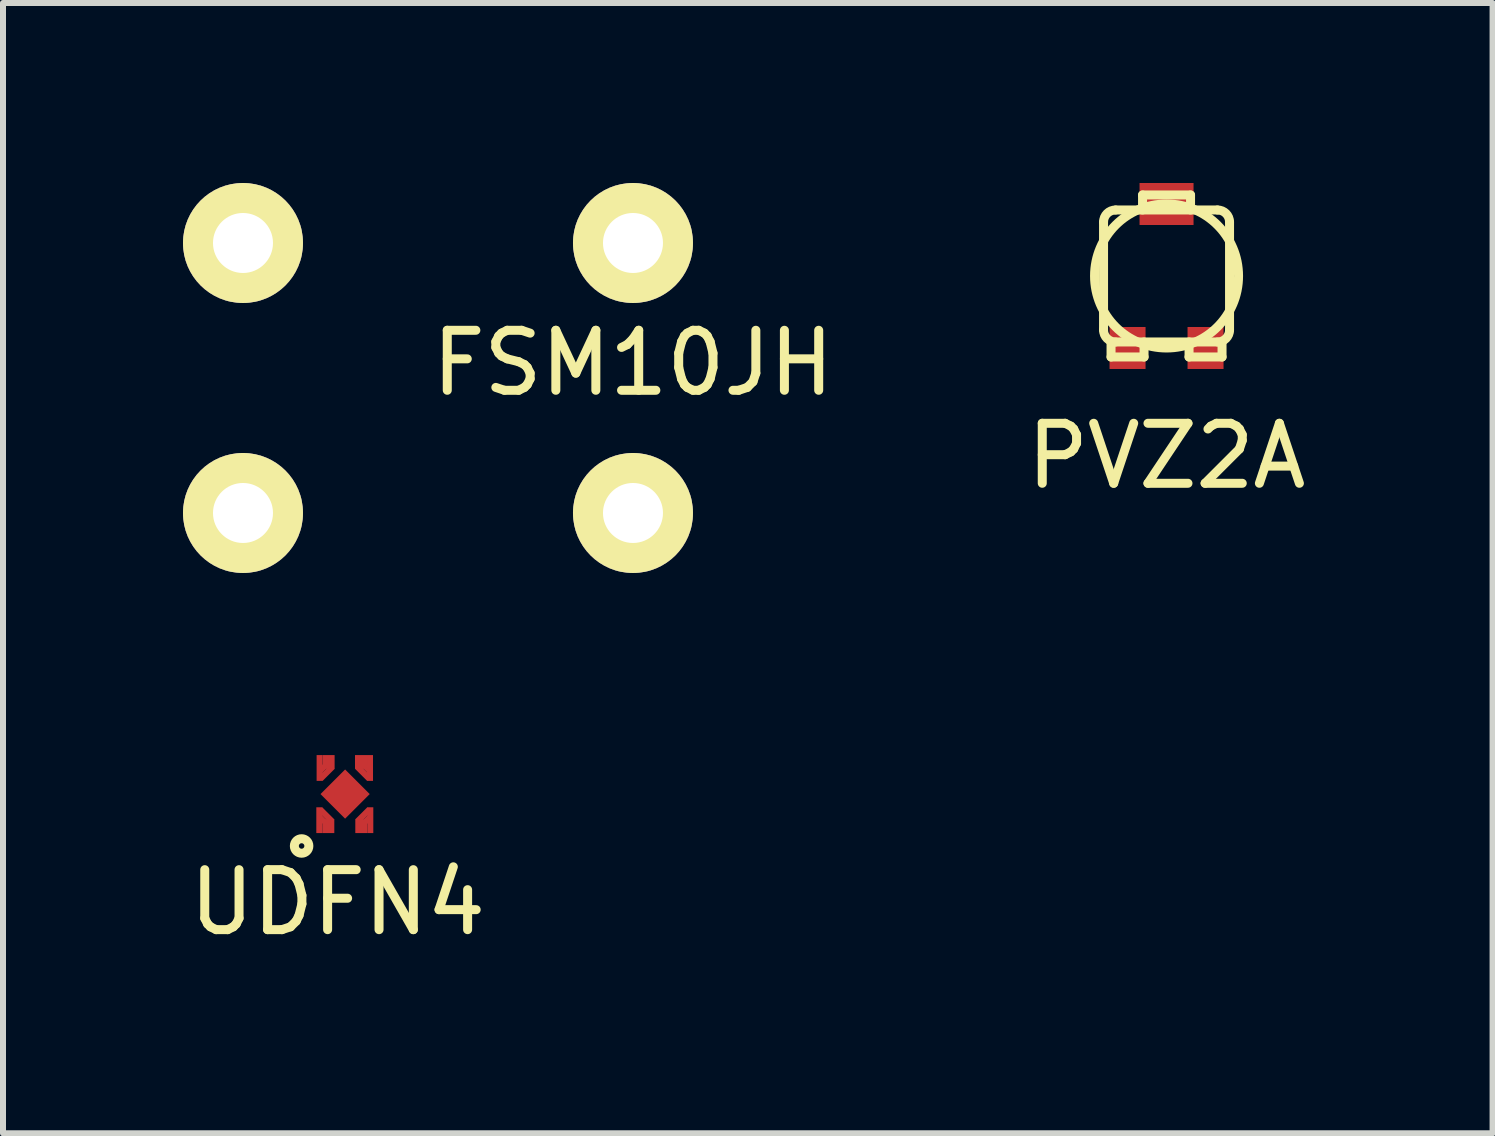
<source format=kicad_pcb>
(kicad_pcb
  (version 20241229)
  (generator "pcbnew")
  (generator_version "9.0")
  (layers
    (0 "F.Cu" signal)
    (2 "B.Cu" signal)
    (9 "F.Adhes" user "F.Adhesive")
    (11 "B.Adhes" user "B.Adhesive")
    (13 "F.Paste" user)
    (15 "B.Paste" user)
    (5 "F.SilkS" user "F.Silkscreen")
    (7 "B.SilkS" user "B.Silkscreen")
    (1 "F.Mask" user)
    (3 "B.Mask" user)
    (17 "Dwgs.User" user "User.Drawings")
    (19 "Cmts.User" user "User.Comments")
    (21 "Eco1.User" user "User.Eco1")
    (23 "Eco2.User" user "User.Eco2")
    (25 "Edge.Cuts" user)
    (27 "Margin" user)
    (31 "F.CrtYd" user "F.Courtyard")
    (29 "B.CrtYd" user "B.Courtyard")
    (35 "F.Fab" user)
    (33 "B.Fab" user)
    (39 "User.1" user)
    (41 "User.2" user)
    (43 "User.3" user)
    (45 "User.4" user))
  (footprint "UDFN4"
    (layer "F.Cu")
    (at 2.277 9.75)
    (property "Reference" "UDFN4" (at 0.3 2.24 0) (layer "F.SilkS") (effects (font (size 1 1) (thickness 0.15))))
    (attr through_hole)
    (fp_circle (center -0.3 1.3) (end -0.41 1.25) (stroke (width 0.15) (type solid)) (fill no) (layer "F.SilkS"))
    (pad "1" smd rect (at -0.005 0.87 270) (size 0.43 0.1) (layers "F.Cu" "F.Mask" "F.Paste"))
    (pad "1" smd rect (at 0.04 0.862 225) (size 0.1 0.1) (layers "F.Cu" "F.Mask" "F.Paste"))
    (pad "1" smd rect (at 0.11 0.792 135) (size 0.283 0.1) (layers "F.Cu" "F.Mask" "F.Paste"))
    (pad "1" smd rect (at 0.145 0.97 90) (size 0.23 0.2) (layers "F.Cu" "F.Mask" "F.Paste"))
    (pad "2" smd rect (at 0.695 0.97 180) (size 0.2 0.23) (layers "F.Cu" "F.Mask" "F.Paste"))
    (pad "2" smd rect (at 0.73 0.79 225) (size 0.283 0.1) (layers "F.Cu" "F.Mask" "F.Paste"))
    (pad "2" smd rect (at 0.8 0.86 315) (size 0.1 0.1) (layers "F.Cu" "F.Mask" "F.Paste"))
    (pad "2" smd rect (at 0.845 0.87 180) (size 0.1 0.43) (layers "F.Cu" "F.Mask" "F.Paste"))
    (pad "3" smd rect (at 0.69 -0.1 90) (size 0.23 0.2) (layers "F.Cu" "F.Mask" "F.Paste"))
    (pad "3" smd rect (at 0.725 0.078 315) (size 0.283 0.1) (layers "F.Cu" "F.Mask" "F.Paste"))
    (pad "3" smd rect (at 0.795 0.008 45) (size 0.1 0.1) (layers "F.Cu" "F.Mask" "F.Paste"))
    (pad "3" smd rect (at 0.84 0 90) (size 0.43 0.1) (layers "F.Cu" "F.Mask" "F.Paste"))
    (pad "4" smd rect (at 0 0) (size 0.1 0.43) (layers "F.Cu" "F.Mask" "F.Paste"))
    (pad "4" smd rect (at 0.045 0.01 135) (size 0.1 0.1) (layers "F.Cu" "F.Mask" "F.Paste"))
    (pad "4" smd rect (at 0.115 0.08 45) (size 0.283 0.1) (layers "F.Cu" "F.Mask" "F.Paste"))
    (pad "4" smd rect (at 0.15 -0.1) (size 0.2 0.23) (layers "F.Cu" "F.Mask" "F.Paste"))
    (pad "5" smd rect (at 0.425 0.435 45) (size 0.58 0.58) (layers "F.Cu" "F.Mask" "F.Paste")))
  (footprint "PVZ2A"
    (layer "F.Cu")
    (at 16.393 1.55)
    (property "Reference" "PVZ2A" (at 0 3 0) (layer "F.SilkS") (effects (font (size 1 1) (thickness 0.15))))
    (attr through_hole)
    (fp_line (start -1.05 0.9) (end -1.05 -0.9) (stroke (width 0.15) (type solid)) (layer "F.SilkS"))
    (fp_line (start -0.925 1.35) (end -0.925 1.1) (stroke (width 0.15) (type solid)) (layer "F.SilkS"))
    (fp_line (start -0.85 -1.1) (end 0.85 -1.1) (stroke (width 0.15) (type solid)) (layer "F.SilkS"))
    (fp_line (start -0.4 -1.35) (end 0.4 -1.35) (stroke (width 0.15) (type solid)) (layer "F.SilkS"))
    (fp_line (start -0.4 -1.1) (end -0.4 -1.35) (stroke (width 0.15) (type solid)) (layer "F.SilkS"))
    (fp_line (start -0.375 1.1) (end -0.375 1.35) (stroke (width 0.15) (type solid)) (layer "F.SilkS"))
    (fp_line (start -0.375 1.35) (end -0.925 1.35) (stroke (width 0.15) (type solid)) (layer "F.SilkS"))
    (fp_line (start 0.375 1.1) (end 0.375 1.35) (stroke (width 0.15) (type solid)) (layer "F.SilkS"))
    (fp_line (start 0.375 1.35) (end 0.925 1.35) (stroke (width 0.15) (type solid)) (layer "F.SilkS"))
    (fp_line (start 0.4 -1.35) (end 0.4 -1.1) (stroke (width 0.15) (type solid)) (layer "F.SilkS"))
    (fp_line (start 0.85 1.1) (end -0.85 1.1) (stroke (width 0.15) (type solid)) (layer "F.SilkS"))
    (fp_line (start 0.925 1.35) (end 0.925 1.1) (stroke (width 0.15) (type solid)) (layer "F.SilkS"))
    (fp_line (start 1.05 -0.9) (end 1.05 0.9) (stroke (width 0.15) (type solid)) (layer "F.SilkS"))
    (fp_arc (start -1.05 -0.9) (mid -0.991421 -1.041421) (end -0.85 -1.1) (stroke (width 0.15) (type solid)) (layer "F.SilkS"))
    (fp_arc (start -0.85 1.1) (mid -0.991421 1.041421) (end -1.05 0.9) (stroke (width 0.15) (type solid)) (layer "F.SilkS"))
    (fp_arc (start 0.85 -1.1) (mid 0.991421 -1.041421) (end 1.05 -0.9) (stroke (width 0.15) (type solid)) (layer "F.SilkS"))
    (fp_arc (start 1.05 0.9) (mid 0.991421 1.041421) (end 0.85 1.1) (stroke (width 0.15) (type solid)) (layer "F.SilkS"))
    (fp_circle (center 0 0) (end 1.2 0) (stroke (width 0.15) (type solid)) (fill no) (layer "F.SilkS"))
    (pad "1" smd rect (at -0.65 1.2) (size 0.6 0.7) (layers "F.Cu" "F.Mask" "F.Paste"))
    (pad "2" smd rect (at 0 -1.2) (size 0.9 0.7) (layers "F.Cu" "F.Mask" "F.Paste"))
    (pad "3" smd rect (at 0.65 1.2) (size 0.6 0.7) (layers "F.Cu" "F.Mask" "F.Paste")))
  (footprint "FSM10JH"
    (layer "F.Cu")
    (at 7.5 1)
    (property "Reference" "FSM10JH" (at 0 2 0) (layer "F.SilkS") (effects (font (size 1 1) (thickness 0.15))))
    (attr through_hole)
    (pad "1" thru_hole circle (at 0 0) (size 2 2) (drill 1) (layers "*.Cu" "*.Mask" "F.SilkS"))
    (pad "1" thru_hole circle (at 0 4.5) (size 2 2) (drill 1) (layers "*.Cu" "*.Mask" "F.SilkS"))
    (pad "2" thru_hole circle (at -6.5 0) (size 2 2) (drill 1) (layers "*.Cu" "*.Mask" "F.SilkS"))
    (pad "2" thru_hole circle (at -6.5 4.5) (size 2 2) (drill 1) (layers "*.Cu" "*.Mask" "F.SilkS")))
  (gr_rect
    (start -3 -3)
    (end 21.827 15.838)
    (stroke (width 0.1) (type default))
    (fill no)
    (layer "Edge.Cuts")))
</source>
